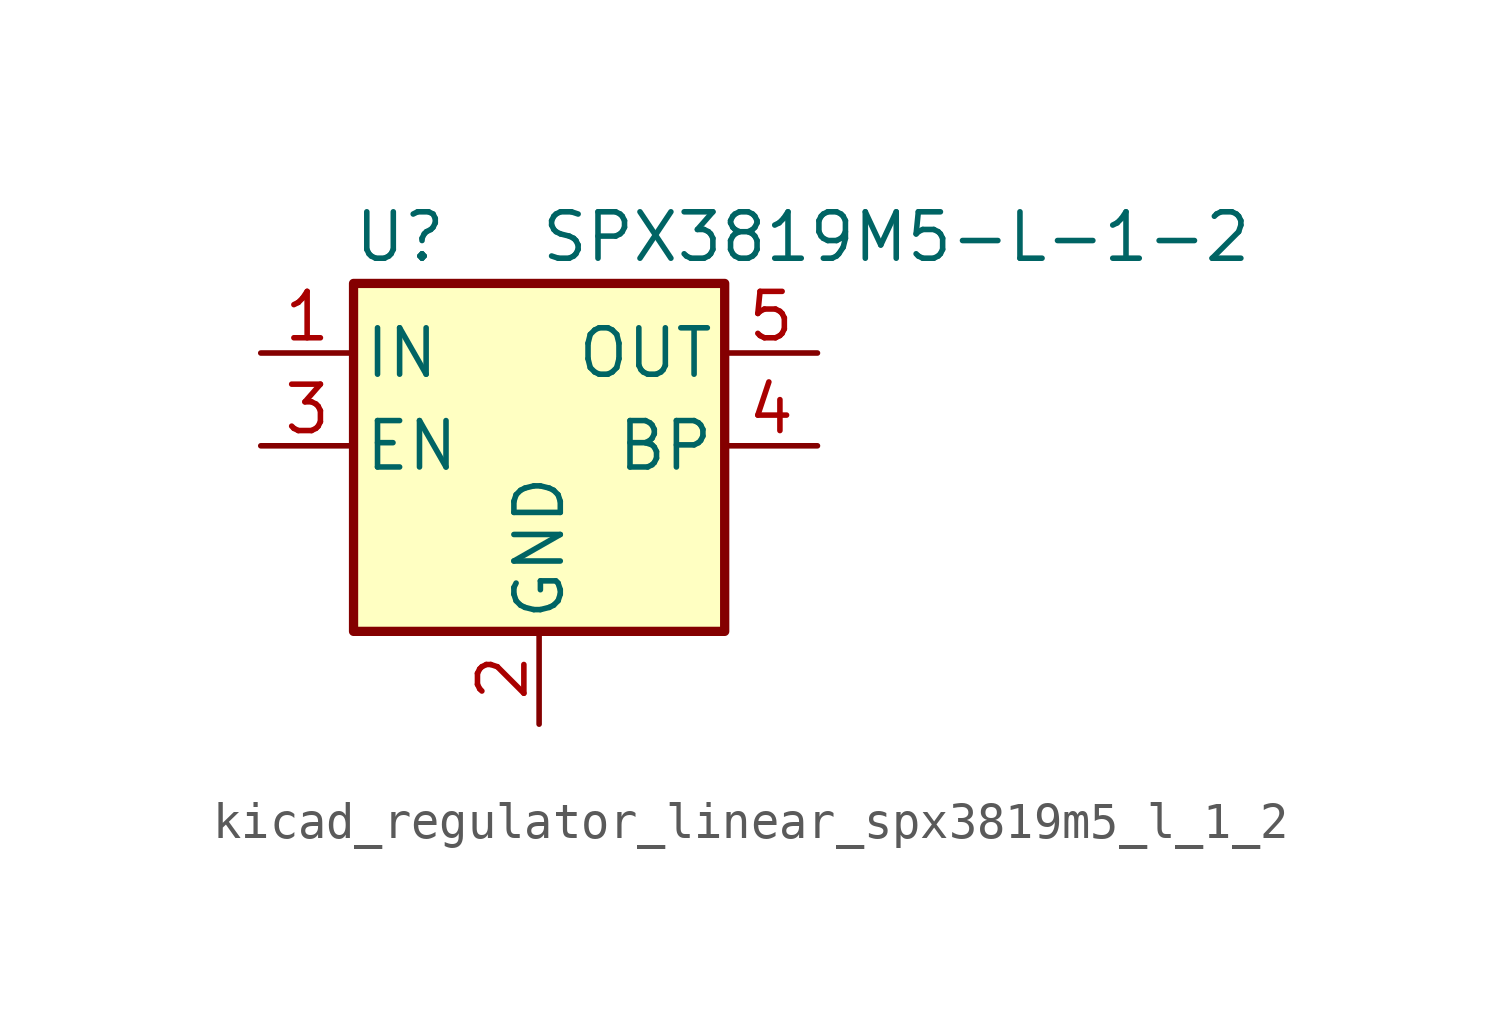
<source format=kicad_sym>
(kicad_symbol_lib
  (version 20220914)
  (generator kicad_symbol_editor)
  (symbol "kicad_regulator_linear_spx3819m5_l_1_2"
    (pin_names
      (offset 0.254))
    (property "Reference" "U"
      (at -3.81 5.715 0)
      (effects (font (size 1.27 1.27))))
    (property "Value" "SPX3819M5-L-1-2"
      (at 0 5.715 0)
      (effects (font (size 1.27 1.27)) (justify left)))
    (symbol "kicad_regulator_linear_spx3819m5_l_1_2_0_1"
      (rectangle (start -5.08 4.445) (end 5.08 -5.08) (stroke (width 0.254) (type default)) (fill (type background))))
    (symbol "kicad_regulator_linear_spx3819m5_l_1_2_1_1"
      (pin power_in line (at -7.62 2.54 0) (length 2.54) (name "IN" (effects (font (size 1.27 1.27)))) (number "1" (effects (font (size 1.27 1.27)))))
      (pin power_in line (at 0 -7.62 90) (length 2.54) (name "GND" (effects (font (size 1.27 1.27)))) (number "2" (effects (font (size 1.27 1.27)))))
      (pin input line (at -7.62 0 0) (length 2.54) (name "EN" (effects (font (size 1.27 1.27)))) (number "3" (effects (font (size 1.27 1.27)))))
      (pin input line (at 7.62 0 180) (length 2.54) (name "BP" (effects (font (size 1.27 1.27)))) (number "4" (effects (font (size 1.27 1.27)))))
      (pin power_out line (at 7.62 2.54 180) (length 2.54) (name "OUT" (effects (font (size 1.27 1.27)))) (number "5" (effects (font (size 1.27 1.27))))))))
</source>
